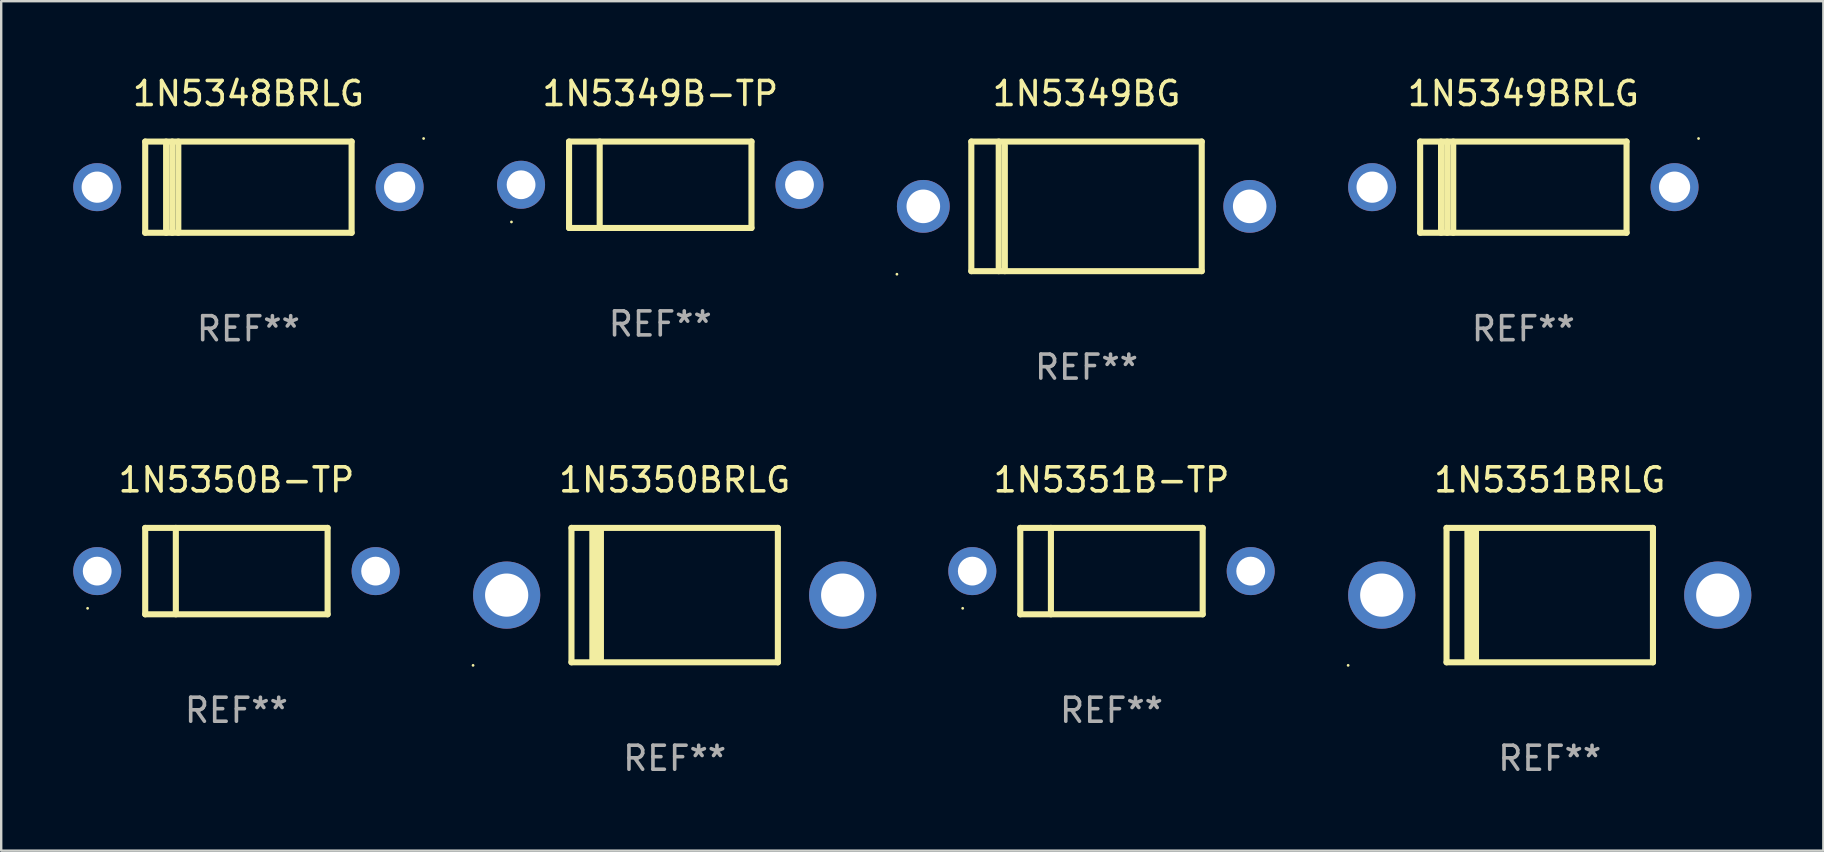
<source format=kicad_pcb>
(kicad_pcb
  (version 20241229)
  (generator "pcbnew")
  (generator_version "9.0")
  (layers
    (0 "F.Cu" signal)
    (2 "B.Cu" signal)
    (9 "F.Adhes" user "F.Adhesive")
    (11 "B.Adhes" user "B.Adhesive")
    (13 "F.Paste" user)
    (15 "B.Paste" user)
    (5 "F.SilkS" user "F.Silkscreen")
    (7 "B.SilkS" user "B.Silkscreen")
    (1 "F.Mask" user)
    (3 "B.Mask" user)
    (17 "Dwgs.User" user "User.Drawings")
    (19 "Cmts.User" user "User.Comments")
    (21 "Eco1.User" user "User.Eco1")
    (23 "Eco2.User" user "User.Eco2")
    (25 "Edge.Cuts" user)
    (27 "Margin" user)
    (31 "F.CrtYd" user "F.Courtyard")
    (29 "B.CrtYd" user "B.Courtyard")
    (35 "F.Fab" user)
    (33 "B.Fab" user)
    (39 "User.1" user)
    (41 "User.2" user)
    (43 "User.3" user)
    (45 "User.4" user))
  (footprint "1N5349BRLG"
    (layer "F.Cu")
    (at 60.42 4.748)
    (property "Reference" "1N5349BRLG" (at 0 -3.9 0) (layer "F.SilkS") (effects (font (size 1 1) (thickness 0.15))))
    (attr through_hole)
    (fp_line (start -4.3 -1.9) (end 4.3 -1.9) (stroke (width 0.254) (type solid)) (layer "F.SilkS"))
    (fp_line (start -4.3 1.9) (end -4.3 -1.9) (stroke (width 0.254) (type solid)) (layer "F.SilkS"))
    (fp_line (start -3.429 1.9) (end -3.429 -1.9) (stroke (width 0.254) (type solid)) (layer "F.SilkS"))
    (fp_line (start -3.175 1.9) (end -3.175 -1.9) (stroke (width 0.254) (type solid)) (layer "F.SilkS"))
    (fp_line (start -2.921 1.9) (end -2.921 -1.9) (stroke (width 0.254) (type solid)) (layer "F.SilkS"))
    (fp_line (start 4.3 -1.9) (end 4.3 1.9) (stroke (width 0.254) (type solid)) (layer "F.SilkS"))
    (fp_line (start 4.3 1.9) (end -4.3 1.9) (stroke (width 0.254) (type solid)) (layer "F.SilkS"))
    (fp_circle (center 7.3 -2.027) (end 7.33 -2.027) (stroke (width 0.06) (type solid)) (fill no) (layer "F.SilkS"))
    (fp_text user "REF**" (at 0 5.9 0) (layer "F.Fab") (effects (font (size 1 1) (thickness 0.15))))
    (pad "1" thru_hole circle (at 6.3 0) (size 2 2) (drill 1.3) (layers "*.Cu" "*.Mask"))
    (pad "2" thru_hole circle (at -6.3 0) (size 2 2) (drill 1.3) (layers "*.Cu" "*.Mask")))
  (footprint "1N5350B-TP"
    (layer "F.Cu")
    (at 6.8 20.745)
    (property "Reference" "1N5350B-TP" (at 0 -3.8 0) (layer "F.SilkS") (effects (font (size 1 1) (thickness 0.15))))
    (attr through_hole)
    (fp_line (start -3.8 -1.8) (end -3.8 1.8) (stroke (width 0.254) (type solid)) (layer "F.SilkS"))
    (fp_line (start -3.8 -1.8) (end 3.8 -1.8) (stroke (width 0.254) (type solid)) (layer "F.SilkS"))
    (fp_line (start -3.8 1.8) (end 3.8 1.8) (stroke (width 0.254) (type solid)) (layer "F.SilkS"))
    (fp_line (start -2.524 -1.8) (end -2.524 1.8) (stroke (width 0.254) (type solid)) (layer "F.SilkS"))
    (fp_line (start 3.8 -1.8) (end 3.8 1.8) (stroke (width 0.254) (type solid)) (layer "F.SilkS"))
    (fp_circle (center -6.2 1.55) (end -6.17 1.55) (stroke (width 0.06) (type solid)) (fill no) (layer "F.SilkS"))
    (fp_text user "REF**" (at 0 5.8 0) (layer "F.Fab") (effects (font (size 1 1) (thickness 0.15))))
    (pad "1" thru_hole circle (at -5.8 0) (size 2 2) (drill 1.2) (layers "*.Cu" "*.Mask"))
    (pad "2" thru_hole circle (at 5.8 0) (size 2 2) (drill 1.2) (layers "*.Cu" "*.Mask")))
  (footprint "1N5351BRLG"
    (layer "F.Cu")
    (at 61.52 21.745)
    (property "Reference" "1N5351BRLG" (at 0 -4.8 0) (layer "F.SilkS") (effects (font (size 1 1) (thickness 0.15))))
    (attr through_hole)
    (fp_line (start -4.3 -2.8) (end -4.3 2.8) (stroke (width 0.254) (type solid)) (layer "F.SilkS"))
    (fp_line (start -4.3 -2.8) (end 4.3 -2.8) (stroke (width 0.254) (type solid)) (layer "F.SilkS"))
    (fp_line (start -4.3 2.8) (end 4.3 2.8) (stroke (width 0.254) (type solid)) (layer "F.SilkS"))
    (fp_line (start -3.442 2.667) (end -3.442 -2.667) (stroke (width 0.229) (type solid)) (layer "F.SilkS"))
    (fp_line (start -3.315 2.667) (end -3.315 -2.667) (stroke (width 0.229) (type solid)) (layer "F.SilkS"))
    (fp_line (start -3.188 2.667) (end -3.188 -2.667) (stroke (width 0.229) (type solid)) (layer "F.SilkS"))
    (fp_line (start -3.061 2.667) (end -3.061 -2.667) (stroke (width 0.229) (type solid)) (layer "F.SilkS"))
    (fp_line (start 4.3 -2.8) (end 4.3 2.8) (stroke (width 0.254) (type solid)) (layer "F.SilkS"))
    (fp_circle (center -8.4 2.927) (end -8.37 2.927) (stroke (width 0.06) (type solid)) (fill no) (layer "F.SilkS"))
    (fp_text user "REF**" (at 0 6.8 0) (layer "F.Fab") (effects (font (size 1 1) (thickness 0.15))))
    (pad "1" thru_hole circle (at -7 0) (size 2.8 2.8) (drill 1.8) (layers "*.Cu" "*.Mask"))
    (pad "2" thru_hole circle (at 7 0) (size 2.8 2.8) (drill 1.8) (layers "*.Cu" "*.Mask")))
  (footprint "1N5348BRLG"
    (layer "F.Cu")
    (at 7.3 4.748)
    (property "Reference" "1N5348BRLG" (at 0 -3.9 0) (layer "F.SilkS") (effects (font (size 1 1) (thickness 0.15))))
    (attr through_hole)
    (fp_line (start -4.3 -1.9) (end 4.3 -1.9) (stroke (width 0.254) (type solid)) (layer "F.SilkS"))
    (fp_line (start -4.3 1.9) (end -4.3 -1.9) (stroke (width 0.254) (type solid)) (layer "F.SilkS"))
    (fp_line (start -3.429 1.9) (end -3.429 -1.9) (stroke (width 0.254) (type solid)) (layer "F.SilkS"))
    (fp_line (start -3.175 1.9) (end -3.175 -1.9) (stroke (width 0.254) (type solid)) (layer "F.SilkS"))
    (fp_line (start -2.921 1.9) (end -2.921 -1.9) (stroke (width 0.254) (type solid)) (layer "F.SilkS"))
    (fp_line (start 4.3 -1.9) (end 4.3 1.9) (stroke (width 0.254) (type solid)) (layer "F.SilkS"))
    (fp_line (start 4.3 1.9) (end -4.3 1.9) (stroke (width 0.254) (type solid)) (layer "F.SilkS"))
    (fp_circle (center 7.3 -2.027) (end 7.33 -2.027) (stroke (width 0.06) (type solid)) (fill no) (layer "F.SilkS"))
    (fp_text user "REF**" (at 0 5.9 0) (layer "F.Fab") (effects (font (size 1 1) (thickness 0.15))))
    (pad "1" thru_hole circle (at 6.3 0) (size 2 2) (drill 1.3) (layers "*.Cu" "*.Mask"))
    (pad "2" thru_hole circle (at -6.3 0) (size 2 2) (drill 1.3) (layers "*.Cu" "*.Mask")))
  (footprint "1N5351B-TP"
    (layer "F.Cu")
    (at 43.26 20.745)
    (property "Reference" "1N5351B-TP" (at 0 -3.8 0) (layer "F.SilkS") (effects (font (size 1 1) (thickness 0.15))))
    (attr through_hole)
    (fp_line (start -3.8 -1.8) (end -3.8 1.8) (stroke (width 0.254) (type solid)) (layer "F.SilkS"))
    (fp_line (start -3.8 -1.8) (end 3.8 -1.8) (stroke (width 0.254) (type solid)) (layer "F.SilkS"))
    (fp_line (start -3.8 1.8) (end 3.8 1.8) (stroke (width 0.254) (type solid)) (layer "F.SilkS"))
    (fp_line (start -2.524 -1.8) (end -2.524 1.8) (stroke (width 0.254) (type solid)) (layer "F.SilkS"))
    (fp_line (start 3.8 -1.8) (end 3.8 1.8) (stroke (width 0.254) (type solid)) (layer "F.SilkS"))
    (fp_circle (center -6.2 1.55) (end -6.17 1.55) (stroke (width 0.06) (type solid)) (fill no) (layer "F.SilkS"))
    (fp_text user "REF**" (at 0 5.8 0) (layer "F.Fab") (effects (font (size 1 1) (thickness 0.15))))
    (pad "1" thru_hole circle (at -5.8 0) (size 2 2) (drill 1.2) (layers "*.Cu" "*.Mask"))
    (pad "2" thru_hole circle (at 5.8 0) (size 2 2) (drill 1.2) (layers "*.Cu" "*.Mask")))
  (footprint "1N5349B-TP"
    (layer "F.Cu")
    (at 24.46 4.648)
    (property "Reference" "1N5349B-TP" (at 0 -3.8 0) (layer "F.SilkS") (effects (font (size 1 1) (thickness 0.15))))
    (attr through_hole)
    (fp_line (start -3.8 -1.8) (end -3.8 1.8) (stroke (width 0.254) (type solid)) (layer "F.SilkS"))
    (fp_line (start -3.8 -1.8) (end 3.8 -1.8) (stroke (width 0.254) (type solid)) (layer "F.SilkS"))
    (fp_line (start -3.8 1.8) (end 3.8 1.8) (stroke (width 0.254) (type solid)) (layer "F.SilkS"))
    (fp_line (start -2.524 -1.8) (end -2.524 1.8) (stroke (width 0.254) (type solid)) (layer "F.SilkS"))
    (fp_line (start 3.8 -1.8) (end 3.8 1.8) (stroke (width 0.254) (type solid)) (layer "F.SilkS"))
    (fp_circle (center -6.2 1.55) (end -6.17 1.55) (stroke (width 0.06) (type solid)) (fill no) (layer "F.SilkS"))
    (fp_text user "REF**" (at 0 5.8 0) (layer "F.Fab") (effects (font (size 1 1) (thickness 0.15))))
    (pad "1" thru_hole circle (at -5.8 0) (size 2 2) (drill 1.2) (layers "*.Cu" "*.Mask"))
    (pad "2" thru_hole circle (at 5.8 0) (size 2 2) (drill 1.2) (layers "*.Cu" "*.Mask")))
  (footprint "1N5350BRLG"
    (layer "F.Cu")
    (at 25.06 21.745)
    (property "Reference" "1N5350BRLG" (at 0 -4.8 0) (layer "F.SilkS") (effects (font (size 1 1) (thickness 0.15))))
    (attr through_hole)
    (fp_line (start -4.3 -2.8) (end -4.3 2.8) (stroke (width 0.254) (type solid)) (layer "F.SilkS"))
    (fp_line (start -4.3 -2.8) (end 4.3 -2.8) (stroke (width 0.254) (type solid)) (layer "F.SilkS"))
    (fp_line (start -4.3 2.8) (end 4.3 2.8) (stroke (width 0.254) (type solid)) (layer "F.SilkS"))
    (fp_line (start -3.442 2.667) (end -3.442 -2.667) (stroke (width 0.229) (type solid)) (layer "F.SilkS"))
    (fp_line (start -3.315 2.667) (end -3.315 -2.667) (stroke (width 0.229) (type solid)) (layer "F.SilkS"))
    (fp_line (start -3.188 2.667) (end -3.188 -2.667) (stroke (width 0.229) (type solid)) (layer "F.SilkS"))
    (fp_line (start -3.061 2.667) (end -3.061 -2.667) (stroke (width 0.229) (type solid)) (layer "F.SilkS"))
    (fp_line (start 4.3 -2.8) (end 4.3 2.8) (stroke (width 0.254) (type solid)) (layer "F.SilkS"))
    (fp_circle (center -8.4 2.927) (end -8.37 2.927) (stroke (width 0.06) (type solid)) (fill no) (layer "F.SilkS"))
    (fp_text user "REF**" (at 0 6.8 0) (layer "F.Fab") (effects (font (size 1 1) (thickness 0.15))))
    (pad "1" thru_hole circle (at -7 0) (size 2.8 2.8) (drill 1.8) (layers "*.Cu" "*.Mask"))
    (pad "2" thru_hole circle (at 7 0) (size 2.8 2.8) (drill 1.8) (layers "*.Cu" "*.Mask")))
  (footprint "1N5349BG"
    (layer "F.Cu")
    (at 42.22 5.548)
    (property "Reference" "1N5349BG" (at 0 -4.7 0) (layer "F.SilkS") (effects (font (size 1 1) (thickness 0.15))))
    (attr through_hole)
    (fp_line (start -4.8 -2.7) (end 4.8 -2.7) (stroke (width 0.254) (type solid)) (layer "F.SilkS"))
    (fp_line (start -4.8 2.7) (end -4.8 -2.7) (stroke (width 0.254) (type solid)) (layer "F.SilkS"))
    (fp_line (start -3.658 2.7) (end -3.658 -2.7) (stroke (width 0.254) (type solid)) (layer "F.SilkS"))
    (fp_line (start -3.404 2.7) (end -3.404 -2.54) (stroke (width 0.254) (type solid)) (layer "F.SilkS"))
    (fp_line (start 4.8 2.7) (end -4.8 2.7) (stroke (width 0.254) (type solid)) (layer "F.SilkS"))
    (fp_line (start 4.8 2.7) (end 4.8 -2.7) (stroke (width 0.254) (type solid)) (layer "F.SilkS"))
    (fp_circle (center -7.9 2.827) (end -7.87 2.827) (stroke (width 0.06) (type solid)) (fill no) (layer "F.SilkS"))
    (fp_text user "REF**" (at 0 6.7 0) (layer "F.Fab") (effects (font (size 1 1) (thickness 0.15))))
    (pad "1" thru_hole circle (at -6.8 0) (size 2.2 2.2) (drill 1.4) (layers "*.Cu" "*.Mask"))
    (pad "2" thru_hole circle (at 6.8 0) (size 2.2 2.2) (drill 1.4) (layers "*.Cu" "*.Mask")))
  (gr_rect
    (start -3 -3)
    (end 72.92 32.393)
    (stroke (width 0.1) (type default))
    (fill no)
    (layer "Edge.Cuts")))
</source>
